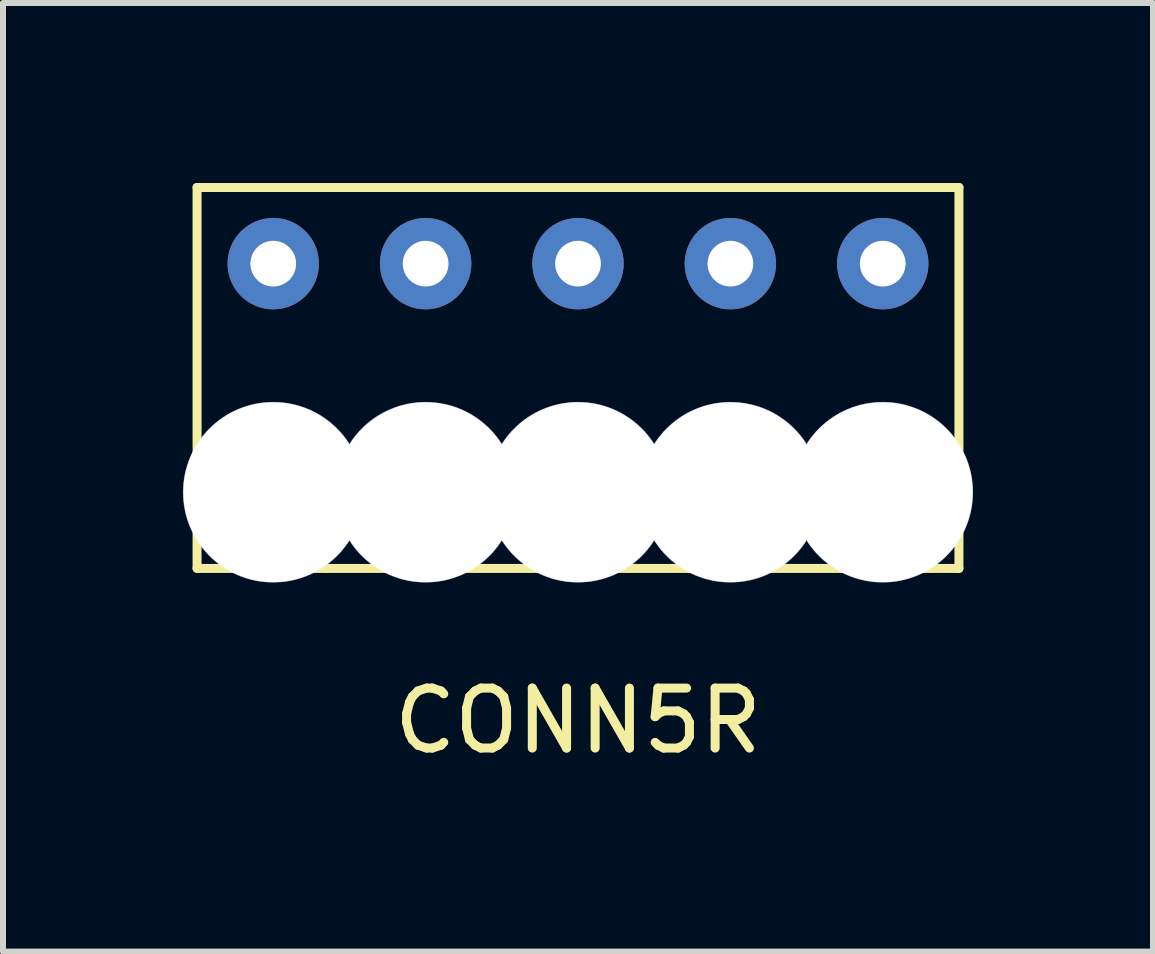
<source format=kicad_pcb>
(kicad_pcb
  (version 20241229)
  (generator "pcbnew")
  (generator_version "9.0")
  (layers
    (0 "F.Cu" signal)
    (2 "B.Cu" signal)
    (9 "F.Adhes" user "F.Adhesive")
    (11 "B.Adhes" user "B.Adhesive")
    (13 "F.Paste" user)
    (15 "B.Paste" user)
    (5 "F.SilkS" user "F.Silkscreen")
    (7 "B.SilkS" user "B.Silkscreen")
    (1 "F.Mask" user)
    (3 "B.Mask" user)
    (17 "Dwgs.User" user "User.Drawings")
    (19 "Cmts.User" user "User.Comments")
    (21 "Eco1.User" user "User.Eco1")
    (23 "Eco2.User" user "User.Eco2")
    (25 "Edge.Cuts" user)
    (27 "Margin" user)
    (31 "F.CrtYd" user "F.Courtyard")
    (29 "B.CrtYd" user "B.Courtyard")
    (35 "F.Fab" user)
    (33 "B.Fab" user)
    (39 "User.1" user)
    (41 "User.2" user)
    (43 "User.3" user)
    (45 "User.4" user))
  (footprint "CONN5R"
    (layer "F.Cu")
    (at 6.585 2.615)
    (property "Reference" "CONN5R" (at 0 6.35 0) (layer "F.SilkS") (effects (font (size 1 1) (thickness 0.15))))
    (attr through_hole)
    (fp_line (start -6.35 -2.54) (end -6.35 3.81) (stroke (width 0.15) (type solid)) (layer "F.SilkS"))
    (fp_line (start -6.35 3.81) (end 6.35 3.81) (stroke (width 0.15) (type solid)) (layer "F.SilkS"))
    (fp_line (start 6.35 -2.54) (end -6.35 -2.54) (stroke (width 0.15) (type solid)) (layer "F.SilkS"))
    (fp_line (start 6.35 3.81) (end 6.35 -2.54) (stroke (width 0.15) (type solid)) (layer "F.SilkS"))
    (pad "0" thru_hole circle (at -5.08 2.54) (size 3.01 3.01) (drill 3) (layers "*.Cu"))
    (pad "0" thru_hole circle (at -2.54 2.54) (size 3.01 3.01) (drill 3) (layers "*.Cu" "*.Mask"))
    (pad "0" thru_hole circle (at 0 2.54) (size 3.01 3.01) (drill 3) (layers "*.Cu" "*.Mask"))
    (pad "0" thru_hole circle (at 2.54 2.54) (size 3.01 3.01) (drill 3) (layers "*.Cu" "*.Mask"))
    (pad "0" thru_hole circle (at 5.08 2.54) (size 3.01 3.01) (drill 3) (layers "*.Cu" "*.Mask"))
    (pad "1" thru_hole circle (at -5.08 -1.27) (size 1.524 1.524) (drill 0.762) (layers "*.Cu" "*.Mask"))
    (pad "2" thru_hole circle (at -2.54 -1.27) (size 1.524 1.524) (drill 0.762) (layers "*.Cu" "*.Mask"))
    (pad "3" thru_hole circle (at 0 -1.27) (size 1.524 1.524) (drill 0.762) (layers "*.Cu" "*.Mask"))
    (pad "4" thru_hole circle (at 2.54 -1.27) (size 1.524 1.524) (drill 0.762) (layers "*.Cu" "*.Mask"))
    (pad "5" thru_hole circle (at 5.08 -1.27) (size 1.524 1.524) (drill 0.762) (layers "*.Cu" "*.Mask")))
  (gr_rect
    (start -3 -3)
    (end 16.17 12.813)
    (stroke (width 0.1) (type default))
    (fill no)
    (layer "Edge.Cuts")))
</source>
